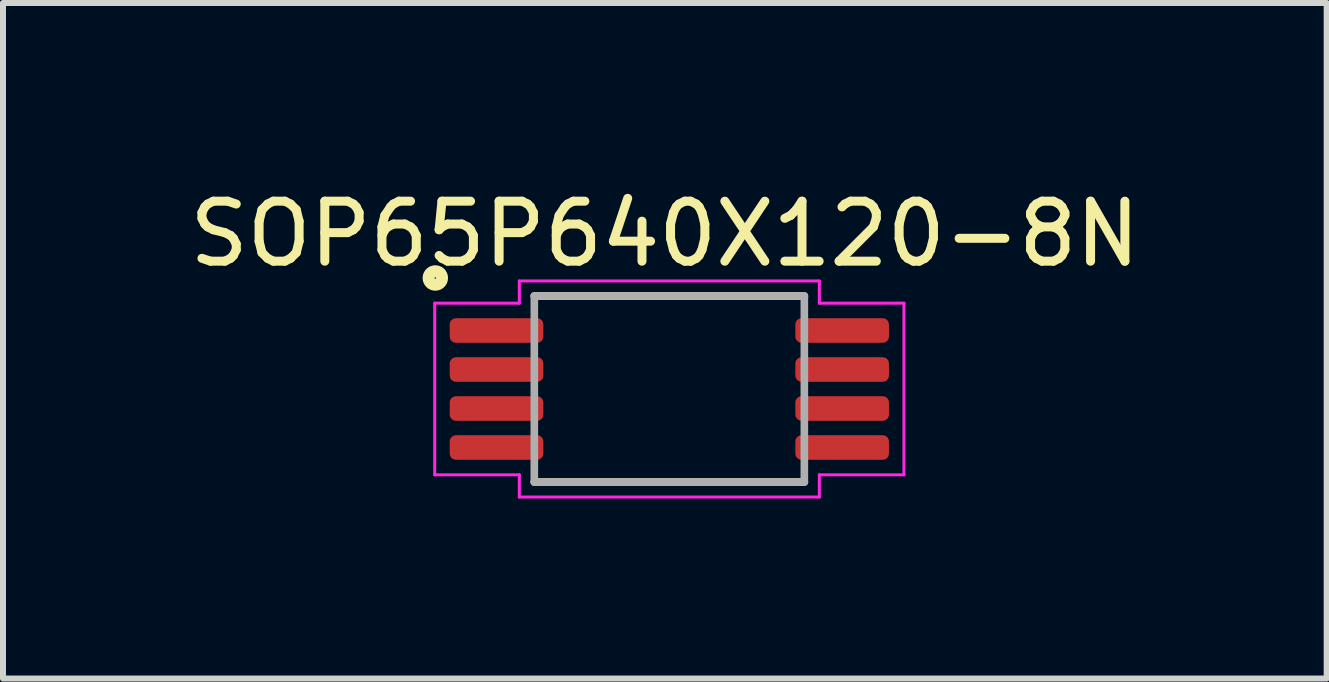
<source format=kicad_pcb>
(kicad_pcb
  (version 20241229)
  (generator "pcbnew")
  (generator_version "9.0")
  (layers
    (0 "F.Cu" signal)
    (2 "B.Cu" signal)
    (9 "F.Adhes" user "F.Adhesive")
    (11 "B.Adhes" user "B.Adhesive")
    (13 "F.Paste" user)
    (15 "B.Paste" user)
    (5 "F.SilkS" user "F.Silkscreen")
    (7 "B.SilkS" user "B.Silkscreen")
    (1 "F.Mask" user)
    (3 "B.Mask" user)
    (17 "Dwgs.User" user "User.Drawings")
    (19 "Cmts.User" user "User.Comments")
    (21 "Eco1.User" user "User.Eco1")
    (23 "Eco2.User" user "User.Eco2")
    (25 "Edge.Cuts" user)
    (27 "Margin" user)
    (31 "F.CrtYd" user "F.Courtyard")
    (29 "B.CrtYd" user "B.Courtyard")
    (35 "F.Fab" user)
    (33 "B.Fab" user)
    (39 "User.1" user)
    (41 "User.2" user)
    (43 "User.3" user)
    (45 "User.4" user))
  (footprint "SOP65P640X120-8N"
    (layer "F.Cu")
    (at 8.105 3.433)
    (property "Reference" "SOP65P640X120-8N" (at -0.075 -2.585 0) (layer "F.SilkS") (effects (font (size 1 1) (thickness 0.15))))
    (attr smd)
    (fp_line (start -2.25 1.55) (end 2.25 1.55) (stroke (width 0.127) (type solid)) (layer "F.SilkS"))
    (fp_line (start 2.25 -1.55) (end -2.25 -1.55) (stroke (width 0.127) (type solid)) (layer "F.SilkS"))
    (fp_circle (center -3.9 -1.85) (end -3.788 -1.85) (stroke (width 0.2) (type solid)) (fill no) (layer "F.SilkS"))
    (fp_line (start -3.91 -1.43) (end -2.5 -1.43) (stroke (width 0.05) (type solid)) (layer "F.CrtYd"))
    (fp_line (start -3.91 1.43) (end -3.91 -1.43) (stroke (width 0.05) (type solid)) (layer "F.CrtYd"))
    (fp_line (start -2.5 -1.8) (end 2.5 -1.8) (stroke (width 0.05) (type solid)) (layer "F.CrtYd"))
    (fp_line (start -2.5 -1.43) (end -2.5 -1.8) (stroke (width 0.05) (type solid)) (layer "F.CrtYd"))
    (fp_line (start -2.5 1.43) (end -3.91 1.43) (stroke (width 0.05) (type solid)) (layer "F.CrtYd"))
    (fp_line (start -2.5 1.8) (end -2.5 1.43) (stroke (width 0.05) (type solid)) (layer "F.CrtYd"))
    (fp_line (start 2.5 -1.8) (end 2.5 -1.43) (stroke (width 0.05) (type solid)) (layer "F.CrtYd"))
    (fp_line (start 2.5 -1.43) (end 3.91 -1.43) (stroke (width 0.05) (type solid)) (layer "F.CrtYd"))
    (fp_line (start 2.5 1.43) (end 2.5 1.8) (stroke (width 0.05) (type solid)) (layer "F.CrtYd"))
    (fp_line (start 2.5 1.8) (end -2.5 1.8) (stroke (width 0.05) (type solid)) (layer "F.CrtYd"))
    (fp_line (start 3.91 -1.43) (end 3.91 1.43) (stroke (width 0.05) (type solid)) (layer "F.CrtYd"))
    (fp_line (start 3.91 1.43) (end 2.5 1.43) (stroke (width 0.05) (type solid)) (layer "F.CrtYd"))
    (fp_line (start -2.25 -1.55) (end -2.25 1.55) (stroke (width 0.127) (type solid)) (layer "F.Fab"))
    (fp_line (start -2.25 1.55) (end 2.25 1.55) (stroke (width 0.127) (type solid)) (layer "F.Fab"))
    (fp_line (start 2.25 -1.55) (end -2.25 -1.55) (stroke (width 0.127) (type solid)) (layer "F.Fab"))
    (fp_line (start 2.25 1.55) (end 2.25 -1.55) (stroke (width 0.127) (type solid)) (layer "F.Fab"))
    (pad "1" smd roundrect (at -2.88 -0.975) (size 1.56 0.41) (layers "F.Cu" "F.Mask" "F.Paste") (roundrect_rratio 0.25))
    (pad "2" smd roundrect (at -2.88 -0.325) (size 1.56 0.41) (layers "F.Cu" "F.Mask" "F.Paste") (roundrect_rratio 0.25))
    (pad "3" smd roundrect (at -2.88 0.325) (size 1.56 0.41) (layers "F.Cu" "F.Mask" "F.Paste") (roundrect_rratio 0.25))
    (pad "4" smd roundrect (at -2.88 0.975) (size 1.56 0.41) (layers "F.Cu" "F.Mask" "F.Paste") (roundrect_rratio 0.25))
    (pad "5" smd roundrect (at 2.88 0.975) (size 1.56 0.41) (layers "F.Cu" "F.Mask" "F.Paste") (roundrect_rratio 0.25))
    (pad "6" smd roundrect (at 2.88 0.325) (size 1.56 0.41) (layers "F.Cu" "F.Mask" "F.Paste") (roundrect_rratio 0.25))
    (pad "7" smd roundrect (at 2.88 -0.325) (size 1.56 0.41) (layers "F.Cu" "F.Mask" "F.Paste") (roundrect_rratio 0.25))
    (pad "8" smd roundrect (at 2.88 -0.975) (size 1.56 0.41) (layers "F.Cu" "F.Mask" "F.Paste") (roundrect_rratio 0.25)))
  (gr_rect
    (start -3 -3)
    (end 19.06 8.258)
    (stroke (width 0.1) (type default))
    (fill no)
    (layer "Edge.Cuts")))
</source>
